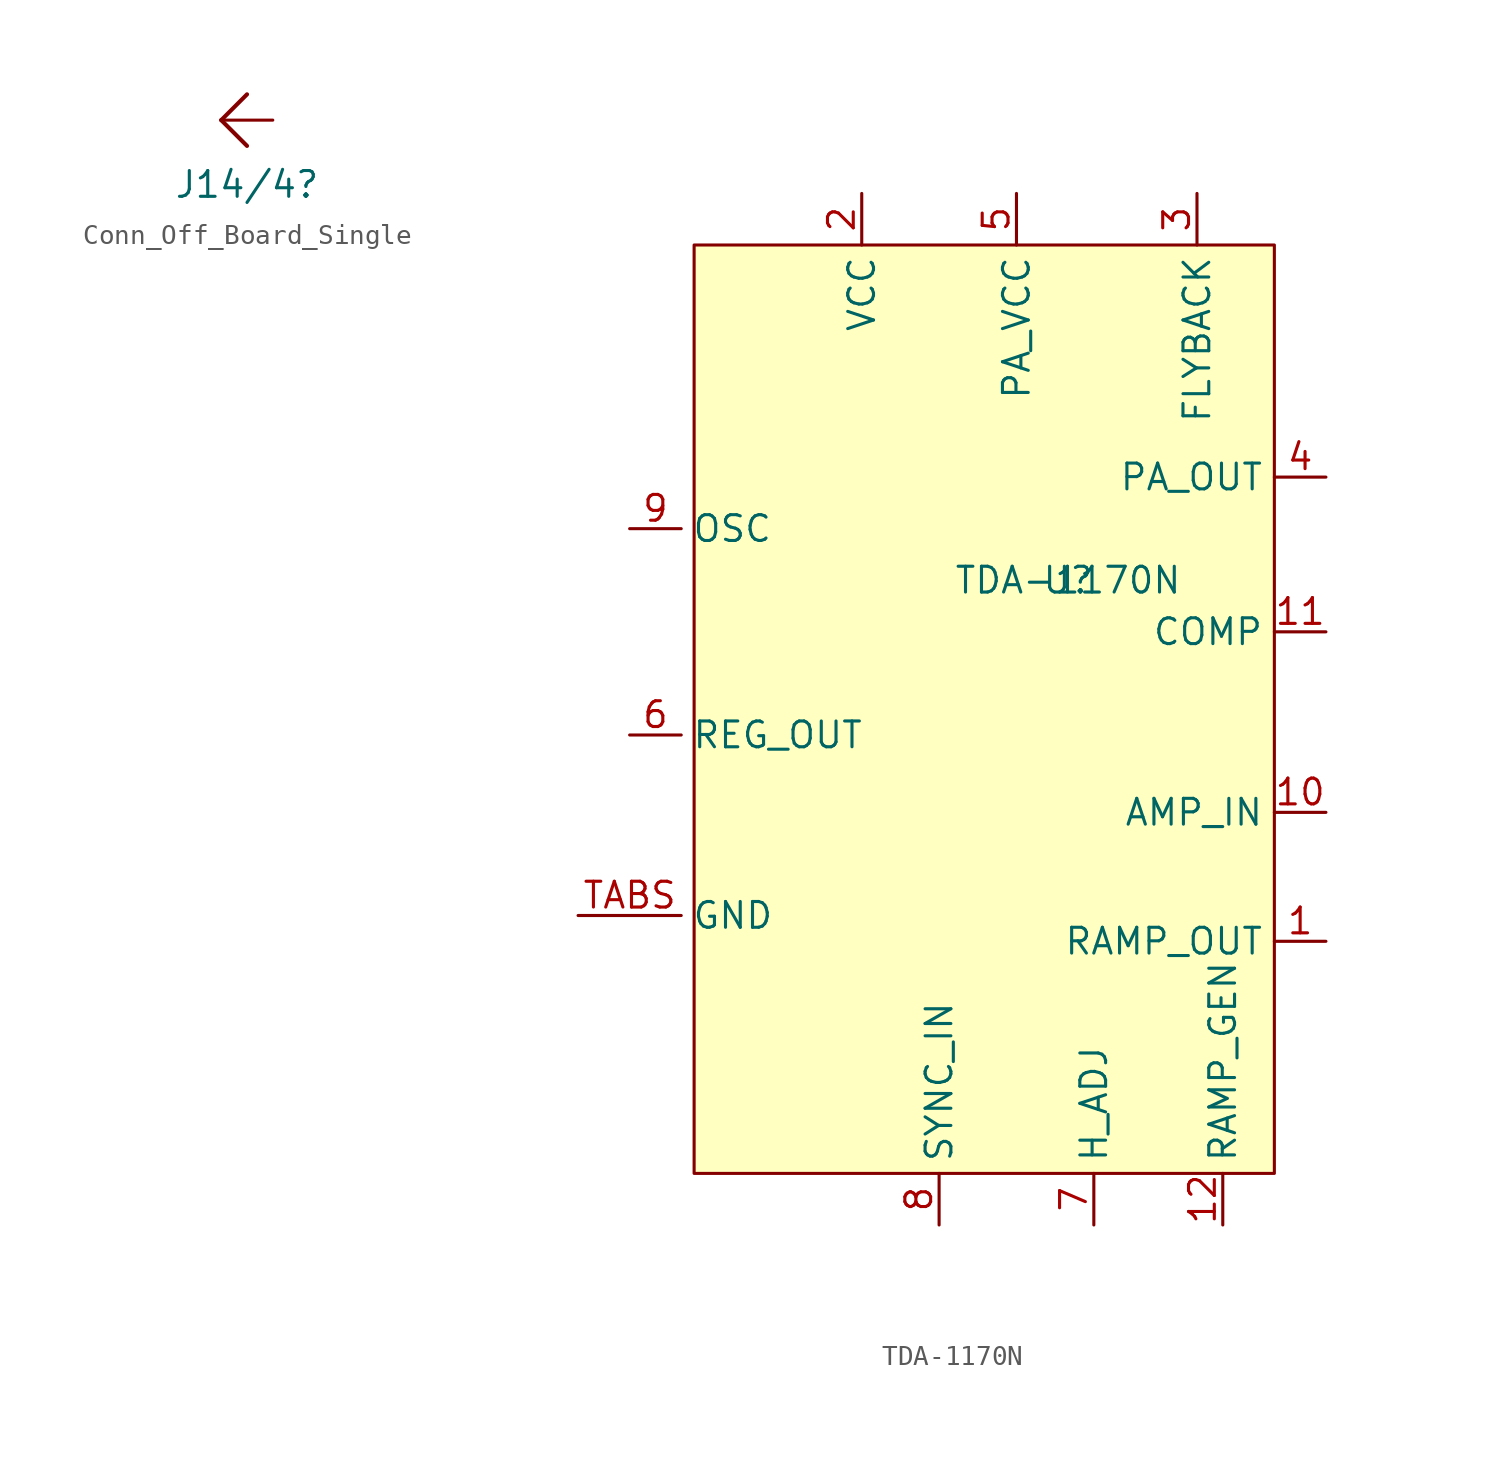
<source format=kicad_sym>
(kicad_symbol_lib
  (version 20231120)
  (generator "kicad_symbol_editor")
  (generator_version "8.0")
  (symbol "Conn_Off_Board_Single"
    (pin_names
      (offset 1.016))
    (property "Reference" "J14/4"
      (at 0 -3.175 0)
      (effects (font (size 1.27 1.27))))
    (symbol "Conn_Off_Board_Single_0_0"
      (text "" (at 0 -0.635 0) (effects (font (size 1.27 1.27)))))
    (symbol "Conn_Off_Board_Single_0_1"
      (polyline (pts (xy -1.27 0) (xy 0 -1.27)) (stroke (width 0.203) (type solid)) (fill (type none)))
      (polyline (pts (xy -1.27 0) (xy 0 1.27)) (stroke (width 0.203) (type solid)) (fill (type none))))
    (symbol "Conn_Off_Board_Single_1_1"
      (pin passive line (at 1.27 0 180) (length 2.54) (name "~" (effects (font (size 1.27 1.27)))) (number "" (effects (font (size 1.27 1.27)))))))
  (symbol "TDA-1170N"
    (property "Reference" "U"
      (at 0 6.35 0)
      (effects (font (size 1.27 1.27))))
    (property "Value" "TDA-1170N"
      (at 0 6.35 0)
      (effects (font (size 1.27 1.27))))
    (symbol "TDA-1170N_1_1"
      (rectangle (start -18.415 22.86) (end 10.16 -22.86) (stroke (width 0) (type default)) (fill (type background)))
      (pin output line (at 12.7 -11.43 180) (length 2.54) (name "RAMP_OUT" (effects (font (size 1.27 1.27)))) (number "1" (effects (font (size 1.27 1.27)))))
      (pin input line (at 12.7 -5.08 180) (length 2.54) (name "AMP_IN" (effects (font (size 1.27 1.27)))) (number "10" (effects (font (size 1.27 1.27)))))
      (pin input line (at 12.7 3.81 180) (length 2.54) (name "COMP" (effects (font (size 1.27 1.27)))) (number "11" (effects (font (size 1.27 1.27)))))
      (pin output line (at 7.62 -25.4 90) (length 2.54) (name "RAMP_GEN" (effects (font (size 1.27 1.27)))) (number "12" (effects (font (size 1.27 1.27)))))
      (pin power_in line (at -10.16 25.4 270) (length 2.54) (name "VCC" (effects (font (size 1.27 1.27)))) (number "2" (effects (font (size 1.27 1.27)))))
      (pin input line (at 6.35 25.4 270) (length 2.54) (name "FLYBACK" (effects (font (size 1.27 1.27)))) (number "3" (effects (font (size 1.27 1.27)))))
      (pin output line (at 12.7 11.43 180) (length 2.54) (name "PA_OUT" (effects (font (size 1.27 1.27)))) (number "4" (effects (font (size 1.27 1.27)))))
      (pin power_in line (at -2.54 25.4 270) (length 2.54) (name "PA_VCC" (effects (font (size 1.27 1.27)))) (number "5" (effects (font (size 1.27 1.27)))))
      (pin power_out line (at -21.59 -1.27 0) (length 2.54) (name "REG_OUT" (effects (font (size 1.27 1.27)))) (number "6" (effects (font (size 1.27 1.27)))))
      (pin passive line (at 1.27 -25.4 90) (length 2.54) (name "H_ADJ" (effects (font (size 1.27 1.27)))) (number "7" (effects (font (size 1.27 1.27)))))
      (pin input line (at -6.35 -25.4 90) (length 2.54) (name "SYNC_IN" (effects (font (size 1.27 1.27)))) (number "8" (effects (font (size 1.27 1.27)))))
      (pin input line (at -21.59 8.89 0) (length 2.54) (name "OSC" (effects (font (size 1.27 1.27)))) (number "9" (effects (font (size 1.27 1.27)))))
      (pin power_in line (at -24.13 -10.16 0) (length 5.08) (name "GND" (effects (font (size 1.27 1.27)))) (number "TABS" (effects (font (size 1.27 1.27))))))))
</source>
